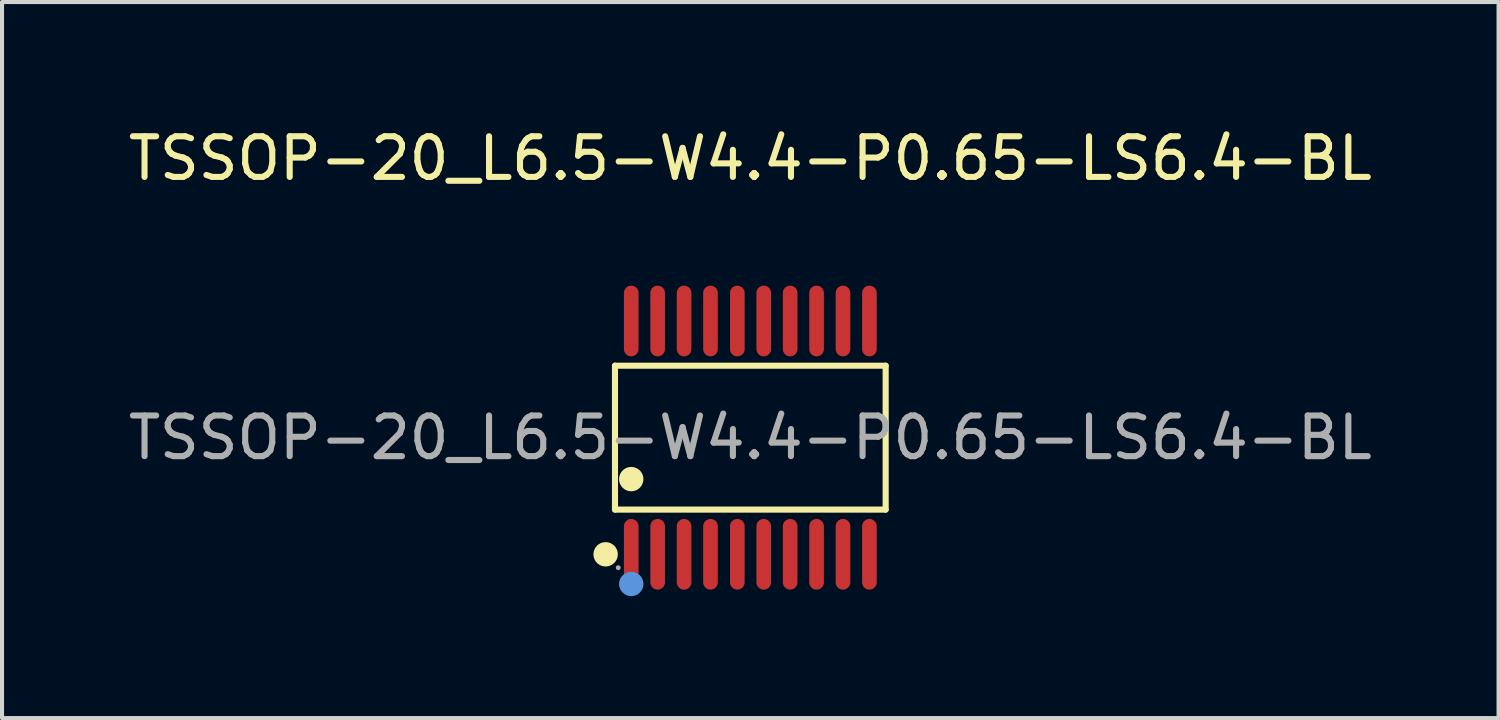
<source format=kicad_pcb>
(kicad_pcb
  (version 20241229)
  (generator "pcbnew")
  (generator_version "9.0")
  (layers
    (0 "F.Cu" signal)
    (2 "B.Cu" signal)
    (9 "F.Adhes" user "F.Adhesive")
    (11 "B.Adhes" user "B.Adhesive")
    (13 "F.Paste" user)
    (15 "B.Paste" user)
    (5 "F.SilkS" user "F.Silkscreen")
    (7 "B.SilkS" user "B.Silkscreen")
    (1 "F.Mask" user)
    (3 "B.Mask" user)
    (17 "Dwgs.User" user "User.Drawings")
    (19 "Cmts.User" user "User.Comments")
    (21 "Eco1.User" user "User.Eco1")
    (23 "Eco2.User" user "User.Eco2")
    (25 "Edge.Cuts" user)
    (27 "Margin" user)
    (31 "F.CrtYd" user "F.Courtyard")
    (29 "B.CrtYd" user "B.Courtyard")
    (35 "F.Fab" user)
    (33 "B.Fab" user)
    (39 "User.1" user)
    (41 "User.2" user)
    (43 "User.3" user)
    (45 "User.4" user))
  (footprint "TSSOP-20_L6.5-W4.4-P0.65-LS6.4-BL"
    (layer "F.Cu")
    (at 15.411 7.718)
    (property "Reference" "TSSOP-20_L6.5-W4.4-P0.65-LS6.4-BL" (at 0 -6.87 0) (layer "F.SilkS") (effects (font (size 1 1) (thickness 0.15))))
    (attr smd)
    (fp_line (start -3.33 -1.77) (end 3.33 -1.77) (stroke (width 0.15) (type solid)) (layer "F.SilkS"))
    (fp_line (start -3.33 1.77) (end -3.33 -1.77) (stroke (width 0.15) (type solid)) (layer "F.SilkS"))
    (fp_line (start 3.33 -1.77) (end 3.33 1.77) (stroke (width 0.15) (type solid)) (layer "F.SilkS"))
    (fp_line (start 3.33 1.77) (end -3.33 1.77) (stroke (width 0.15) (type solid)) (layer "F.SilkS"))
    (fp_circle (center -3.56 2.87) (end -3.41 2.87) (stroke (width 0.3) (type solid)) (fill no) (layer "F.SilkS"))
    (fp_circle (center -2.93 1.02) (end -2.78 1.02) (stroke (width 0.3) (type solid)) (fill no) (layer "F.SilkS"))
    (fp_circle (center -2.93 3.6) (end -2.78 3.6) (stroke (width 0.3) (type solid)) (fill no) (layer "Cmts.User"))
    (fp_circle (center -3.25 3.2) (end -3.22 3.2) (stroke (width 0.06) (type solid)) (fill no) (layer "F.Fab"))
    (fp_text user "${REFERENCE}" (at 0 0 0) (layer "F.Fab") (effects (font (size 1 1) (thickness 0.15))))
    (pad "1" smd oval (at -2.93 2.87) (size 0.36 1.74) (layers "F.Cu" "F.Mask" "F.Paste"))
    (pad "2" smd oval (at -2.28 2.87) (size 0.36 1.74) (layers "F.Cu" "F.Mask" "F.Paste"))
    (pad "3" smd oval (at -1.63 2.87) (size 0.36 1.74) (layers "F.Cu" "F.Mask" "F.Paste"))
    (pad "4" smd oval (at -0.98 2.87) (size 0.36 1.74) (layers "F.Cu" "F.Mask" "F.Paste"))
    (pad "5" smd oval (at -0.32 2.87) (size 0.36 1.74) (layers "F.Cu" "F.Mask" "F.Paste"))
    (pad "6" smd oval (at 0.33 2.87) (size 0.36 1.74) (layers "F.Cu" "F.Mask" "F.Paste"))
    (pad "7" smd oval (at 0.98 2.87) (size 0.36 1.74) (layers "F.Cu" "F.Mask" "F.Paste"))
    (pad "8" smd oval (at 1.63 2.87) (size 0.36 1.74) (layers "F.Cu" "F.Mask" "F.Paste"))
    (pad "9" smd oval (at 2.28 2.87) (size 0.36 1.74) (layers "F.Cu" "F.Mask" "F.Paste"))
    (pad "10" smd oval (at 2.93 2.87) (size 0.36 1.74) (layers "F.Cu" "F.Mask" "F.Paste"))
    (pad "11" smd oval (at 2.93 -2.87) (size 0.36 1.74) (layers "F.Cu" "F.Mask" "F.Paste"))
    (pad "12" smd oval (at 2.28 -2.87) (size 0.36 1.74) (layers "F.Cu" "F.Mask" "F.Paste"))
    (pad "13" smd oval (at 1.63 -2.87) (size 0.36 1.74) (layers "F.Cu" "F.Mask" "F.Paste"))
    (pad "14" smd oval (at 0.98 -2.87) (size 0.36 1.74) (layers "F.Cu" "F.Mask" "F.Paste"))
    (pad "15" smd oval (at 0.33 -2.87) (size 0.36 1.74) (layers "F.Cu" "F.Mask" "F.Paste"))
    (pad "16" smd oval (at -0.32 -2.87) (size 0.36 1.74) (layers "F.Cu" "F.Mask" "F.Paste"))
    (pad "17" smd oval (at -0.98 -2.87) (size 0.36 1.74) (layers "F.Cu" "F.Mask" "F.Paste"))
    (pad "18" smd oval (at -1.63 -2.87) (size 0.36 1.74) (layers "F.Cu" "F.Mask" "F.Paste"))
    (pad "19" smd oval (at -2.28 -2.87) (size 0.36 1.74) (layers "F.Cu" "F.Mask" "F.Paste"))
    (pad "20" smd oval (at -2.93 -2.87) (size 0.36 1.74) (layers "F.Cu" "F.Mask" "F.Paste")))
  (gr_rect
    (start -3 -3)
    (end 33.821 14.618)
    (stroke (width 0.1) (type default))
    (fill no)
    (layer "Edge.Cuts")))
</source>
